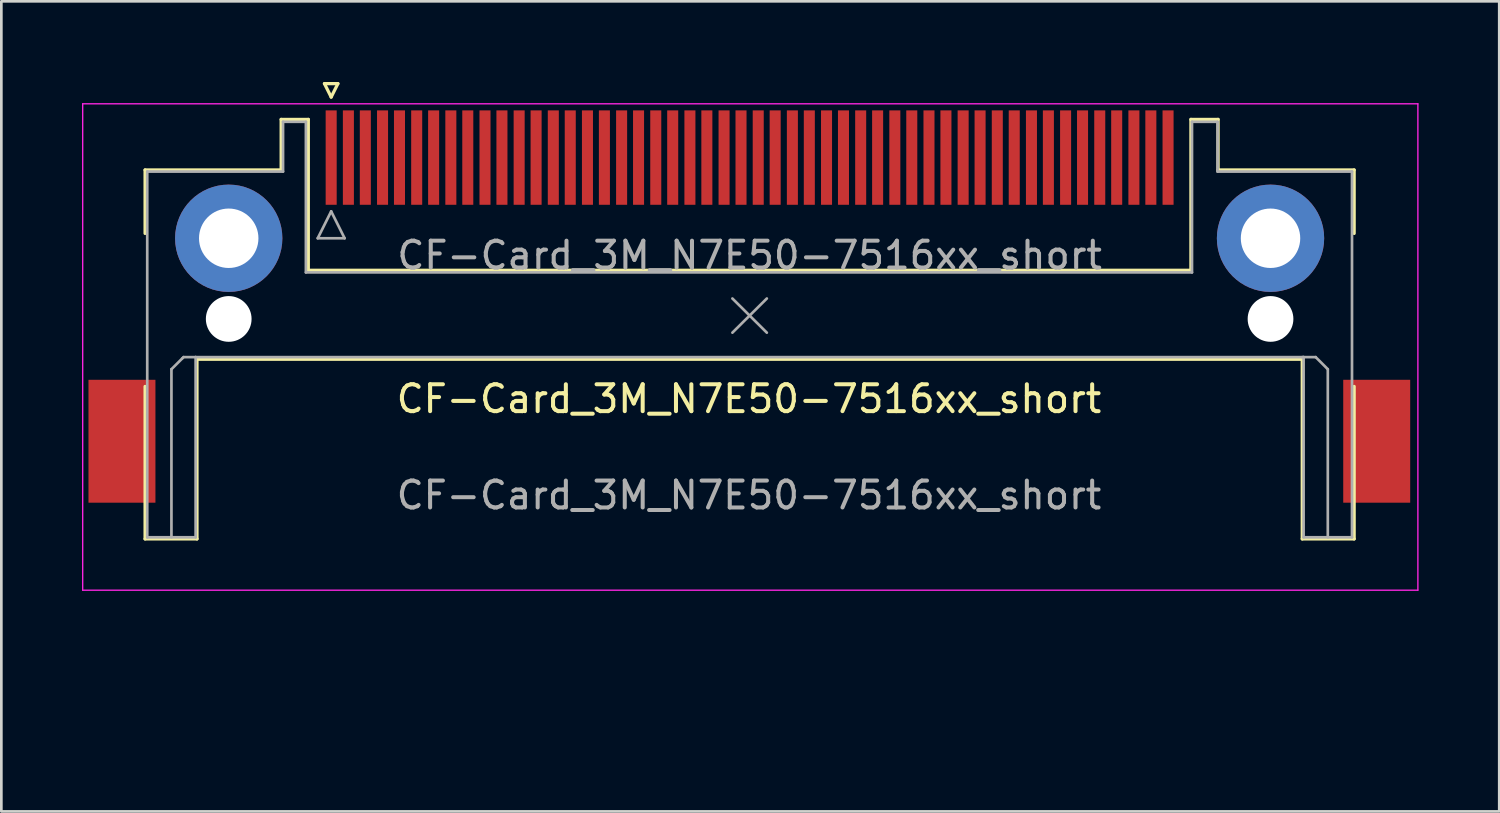
<source format=kicad_pcb>
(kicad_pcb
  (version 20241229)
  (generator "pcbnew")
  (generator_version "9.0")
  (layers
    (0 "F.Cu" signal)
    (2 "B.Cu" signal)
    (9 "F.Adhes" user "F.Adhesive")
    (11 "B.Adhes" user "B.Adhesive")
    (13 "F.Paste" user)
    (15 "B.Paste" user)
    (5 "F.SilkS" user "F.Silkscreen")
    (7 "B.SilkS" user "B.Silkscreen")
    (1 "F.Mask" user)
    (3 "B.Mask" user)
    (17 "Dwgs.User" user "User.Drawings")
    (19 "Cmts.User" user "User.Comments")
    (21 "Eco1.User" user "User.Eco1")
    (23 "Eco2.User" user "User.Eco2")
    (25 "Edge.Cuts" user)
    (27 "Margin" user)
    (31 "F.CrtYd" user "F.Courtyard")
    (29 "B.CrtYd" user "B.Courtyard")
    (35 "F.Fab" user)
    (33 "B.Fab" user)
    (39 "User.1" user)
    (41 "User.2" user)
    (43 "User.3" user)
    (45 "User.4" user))
  (footprint "CF-Card_3M_N7E50-7516xx_short"
    (layer "F.Cu")
    (at 24.776 23.874)
    (property "Reference" "CF-Card_3M_N7E50-7516xx_short" (at 0.025 -12.09 0) (unlocked yes) (layer "F.SilkS") (effects (font (size 1 1) (thickness 0.15))))
    (attr smd)
    (fp_line (start -22.431 -20.604) (end -17.371 -20.604) (stroke (width 0.12) (type solid)) (layer "F.SilkS"))
    (fp_line (start -22.431 -18.244) (end -22.431 -20.604) (stroke (width 0.12) (type solid)) (layer "F.SilkS"))
    (fp_line (start -22.431 -12.554) (end -22.431 -6.884) (stroke (width 0.12) (type solid)) (layer "F.SilkS"))
    (fp_line (start -22.431 -6.884) (end -20.501 -6.884) (stroke (width 0.12) (type solid)) (layer "F.SilkS"))
    (fp_line (start -20.501 -13.564) (end 20.599 -13.564) (stroke (width 0.12) (type solid)) (layer "F.SilkS"))
    (fp_line (start -20.501 -6.884) (end -20.501 -13.564) (stroke (width 0.12) (type solid)) (layer "F.SilkS"))
    (fp_line (start -17.371 -22.484) (end -16.361 -22.484) (stroke (width 0.12) (type solid)) (layer "F.SilkS"))
    (fp_line (start -17.371 -20.604) (end -17.371 -22.484) (stroke (width 0.12) (type solid)) (layer "F.SilkS"))
    (fp_line (start -16.361 -22.484) (end -16.361 -16.874) (stroke (width 0.12) (type solid)) (layer "F.SilkS"))
    (fp_line (start -16.361 -16.874) (end 16.459 -16.874) (stroke (width 0.12) (type solid)) (layer "F.SilkS"))
    (fp_line (start -15.761 -23.814) (end -15.261 -23.814) (stroke (width 0.12) (type solid)) (layer "F.SilkS"))
    (fp_line (start -15.511 -23.314) (end -15.761 -23.814) (stroke (width 0.12) (type solid)) (layer "F.SilkS"))
    (fp_line (start -15.261 -23.814) (end -15.511 -23.314) (stroke (width 0.12) (type solid)) (layer "F.SilkS"))
    (fp_line (start 16.459 -22.484) (end 17.469 -22.484) (stroke (width 0.12) (type solid)) (layer "F.SilkS"))
    (fp_line (start 16.459 -16.874) (end 16.459 -22.484) (stroke (width 0.12) (type solid)) (layer "F.SilkS"))
    (fp_line (start 17.469 -22.484) (end 17.469 -20.604) (stroke (width 0.12) (type solid)) (layer "F.SilkS"))
    (fp_line (start 17.469 -20.604) (end 22.529 -20.604) (stroke (width 0.12) (type solid)) (layer "F.SilkS"))
    (fp_line (start 20.599 -13.564) (end 20.599 -6.884) (stroke (width 0.12) (type solid)) (layer "F.SilkS"))
    (fp_line (start 20.599 -6.884) (end 22.529 -6.884) (stroke (width 0.12) (type solid)) (layer "F.SilkS"))
    (fp_line (start 22.529 -20.604) (end 22.529 -18.244) (stroke (width 0.12) (type solid)) (layer "F.SilkS"))
    (fp_line (start 22.529 -6.884) (end 22.529 -12.554) (stroke (width 0.12) (type solid)) (layer "F.SilkS"))
    (fp_line (start -24.751 -23.064) (end -24.751 -4.978) (stroke (width 0.05) (type solid)) (layer "F.CrtYd"))
    (fp_line (start -24.751 -23.064) (end 24.899 -23.064) (stroke (width 0.05) (type solid)) (layer "F.CrtYd"))
    (fp_line (start -24.751 -4.978) (end 24.899 -4.978) (stroke (width 0.05) (type solid)) (layer "F.CrtYd"))
    (fp_line (start 24.899 -23.064) (end 24.899 -4.978) (stroke (width 0.05) (type solid)) (layer "F.CrtYd"))
    (fp_line (start -22.351 -20.544) (end -22.351 -6.944) (stroke (width 0.1) (type solid)) (layer "F.Fab"))
    (fp_line (start -22.351 -6.944) (end -20.551 -6.944) (stroke (width 0.1) (type solid)) (layer "F.Fab"))
    (fp_line (start -21.451 -13.194) (end -21.051 -13.594) (stroke (width 0.1) (type solid)) (layer "F.Fab"))
    (fp_line (start -21.451 -6.944) (end -21.451 -13.194) (stroke (width 0.1) (type solid)) (layer "F.Fab"))
    (fp_line (start -21.051 -13.594) (end -21.001 -13.644) (stroke (width 0.1) (type solid)) (layer "F.Fab"))
    (fp_line (start -21.001 -13.644) (end -20.551 -13.644) (stroke (width 0.1) (type solid)) (layer "F.Fab"))
    (fp_line (start -20.551 -13.644) (end 20.649 -13.644) (stroke (width 0.1) (type solid)) (layer "F.Fab"))
    (fp_line (start -20.551 -6.944) (end -20.551 -13.644) (stroke (width 0.1) (type solid)) (layer "F.Fab"))
    (fp_line (start -17.301 -22.394) (end -17.301 -20.544) (stroke (width 0.1) (type solid)) (layer "F.Fab"))
    (fp_line (start -17.301 -20.544) (end -22.351 -20.544) (stroke (width 0.1) (type solid)) (layer "F.Fab"))
    (fp_line (start -16.451 -22.394) (end -17.301 -22.394) (stroke (width 0.1) (type solid)) (layer "F.Fab"))
    (fp_line (start -16.451 -16.794) (end -16.451 -22.394) (stroke (width 0.1) (type solid)) (layer "F.Fab"))
    (fp_line (start -16.011 -18.064) (end -15.511 -19.064) (stroke (width 0.1) (type solid)) (layer "F.Fab"))
    (fp_line (start -15.511 -19.064) (end -15.011 -18.064) (stroke (width 0.1) (type solid)) (layer "F.Fab"))
    (fp_line (start -15.011 -18.064) (end -16.011 -18.064) (stroke (width 0.1) (type solid)) (layer "F.Fab"))
    (fp_line (start -0.591 -15.824) (end 0.689 -14.554) (stroke (width 0.1) (type solid)) (layer "F.Fab"))
    (fp_line (start 0.689 -15.824) (end -0.591 -14.554) (stroke (width 0.1) (type solid)) (layer "F.Fab"))
    (fp_line (start 16.499 -22.394) (end 16.499 -16.794) (stroke (width 0.1) (type solid)) (layer "F.Fab"))
    (fp_line (start 16.499 -16.794) (end -16.451 -16.794) (stroke (width 0.1) (type solid)) (layer "F.Fab"))
    (fp_line (start 17.449 -22.394) (end 16.499 -22.394) (stroke (width 0.1) (type solid)) (layer "F.Fab"))
    (fp_line (start 17.449 -20.544) (end 17.449 -22.394) (stroke (width 0.1) (type solid)) (layer "F.Fab"))
    (fp_line (start 20.649 -13.644) (end 20.649 -6.944) (stroke (width 0.1) (type solid)) (layer "F.Fab"))
    (fp_line (start 20.649 -6.944) (end 22.449 -6.944) (stroke (width 0.1) (type solid)) (layer "F.Fab"))
    (fp_line (start 21.099 -13.644) (end 20.599 -13.644) (stroke (width 0.1) (type solid)) (layer "F.Fab"))
    (fp_line (start 21.549 -13.194) (end 21.099 -13.644) (stroke (width 0.1) (type solid)) (layer "F.Fab"))
    (fp_line (start 21.549 -6.944) (end 21.549 -13.194) (stroke (width 0.1) (type solid)) (layer "F.Fab"))
    (fp_line (start 22.449 -20.544) (end 17.449 -20.544) (stroke (width 0.1) (type solid)) (layer "F.Fab"))
    (fp_line (start 22.449 -6.944) (end 22.449 -20.544) (stroke (width 0.1) (type solid)) (layer "F.Fab"))
    (fp_text user "${REFERENCE}" (at 0.025 -8.509 0) (unlocked yes) (layer "F.Fab") (effects (font (size 1 1) (thickness 0.15))))
    (fp_text user "${REFERENCE}" (at 0.049 -17.429 0) (layer "F.Fab") (effects (font (size 1 1) (thickness 0.15))))
    (pad "" smd rect (at -23.291 -10.516) (size 2.49 4.57) (layers "F.Cu" "F.Mask" "F.Paste"))
    (pad "" thru_hole circle (at -19.321 -18.064) (size 3.99 3.99) (drill 2.21) (layers "*.Cu" "*.Mask"))
    (pad "" np_thru_hole circle (at -19.321 -15.064) (size 1.7 1.7) (drill 1.7) (layers "*.Cu" "*.Mask"))
    (pad "" thru_hole circle (at 19.419 -18.064) (size 3.99 3.99) (drill 2.21) (layers "*.Cu" "*.Mask"))
    (pad "" np_thru_hole circle (at 19.419 -15.064) (size 1.7 1.7) (drill 1.7) (layers "*.Cu" "*.Mask"))
    (pad "" smd rect (at 23.368 -10.516) (size 2.49 4.57) (layers "F.Cu" "F.Mask" "F.Paste"))
    (pad "1" smd rect (at -15.511 -21.064 180) (size 0.41 3.51) (layers "F.Cu" "F.Mask" "F.Paste"))
    (pad "2" smd rect (at -14.241 -21.064 180) (size 0.41 3.51) (layers "F.Cu" "F.Mask" "F.Paste"))
    (pad "3" smd rect (at -12.971 -21.064 180) (size 0.41 3.51) (layers "F.Cu" "F.Mask" "F.Paste"))
    (pad "4" smd rect (at -11.701 -21.064 180) (size 0.41 3.51) (layers "F.Cu" "F.Mask" "F.Paste"))
    (pad "5" smd rect (at -10.431 -21.064 180) (size 0.41 3.51) (layers "F.Cu" "F.Mask" "F.Paste"))
    (pad "6" smd rect (at -9.161 -21.064 180) (size 0.41 3.51) (layers "F.Cu" "F.Mask" "F.Paste"))
    (pad "7" smd rect (at -7.891 -21.064 180) (size 0.41 3.51) (layers "F.Cu" "F.Mask" "F.Paste"))
    (pad "8" smd rect (at -6.621 -21.064 180) (size 0.41 3.51) (layers "F.Cu" "F.Mask" "F.Paste"))
    (pad "9" smd rect (at -5.351 -21.064 180) (size 0.41 3.51) (layers "F.Cu" "F.Mask" "F.Paste"))
    (pad "10" smd rect (at -4.081 -21.064 180) (size 0.41 3.51) (layers "F.Cu" "F.Mask" "F.Paste"))
    (pad "11" smd rect (at -2.811 -21.064 180) (size 0.41 3.51) (layers "F.Cu" "F.Mask" "F.Paste"))
    (pad "12" smd rect (at -1.541 -21.064 180) (size 0.41 3.51) (layers "F.Cu" "F.Mask" "F.Paste"))
    (pad "13" smd rect (at -0.271 -21.064 180) (size 0.41 3.51) (layers "F.Cu" "F.Mask" "F.Paste"))
    (pad "14" smd rect (at 0.999 -21.064 180) (size 0.41 3.51) (layers "F.Cu" "F.Mask" "F.Paste"))
    (pad "15" smd rect (at 2.269 -21.064 180) (size 0.41 3.51) (layers "F.Cu" "F.Mask" "F.Paste"))
    (pad "16" smd rect (at 3.539 -21.064 180) (size 0.41 3.51) (layers "F.Cu" "F.Mask" "F.Paste"))
    (pad "17" smd rect (at 4.809 -21.064 180) (size 0.41 3.51) (layers "F.Cu" "F.Mask" "F.Paste"))
    (pad "18" smd rect (at 6.079 -21.064 180) (size 0.41 3.51) (layers "F.Cu" "F.Mask" "F.Paste"))
    (pad "19" smd rect (at 7.349 -21.064 180) (size 0.41 3.51) (layers "F.Cu" "F.Mask" "F.Paste"))
    (pad "20" smd rect (at 8.619 -21.064 180) (size 0.41 3.51) (layers "F.Cu" "F.Mask" "F.Paste"))
    (pad "21" smd rect (at 9.889 -21.064 180) (size 0.41 3.51) (layers "F.Cu" "F.Mask" "F.Paste"))
    (pad "22" smd rect (at 11.159 -21.064 180) (size 0.41 3.51) (layers "F.Cu" "F.Mask" "F.Paste"))
    (pad "23" smd rect (at 12.429 -21.064 180) (size 0.41 3.51) (layers "F.Cu" "F.Mask" "F.Paste"))
    (pad "24" smd rect (at 13.699 -21.064 180) (size 0.41 3.51) (layers "F.Cu" "F.Mask" "F.Paste"))
    (pad "25" smd rect (at 14.969 -21.064 180) (size 0.41 3.51) (layers "F.Cu" "F.Mask" "F.Paste"))
    (pad "26" smd rect (at -14.871 -21.064 180) (size 0.41 3.51) (layers "F.Cu" "F.Mask" "F.Paste"))
    (pad "27" smd rect (at -13.601 -21.064 180) (size 0.41 3.51) (layers "F.Cu" "F.Mask" "F.Paste"))
    (pad "28" smd rect (at -12.331 -21.064 180) (size 0.41 3.51) (layers "F.Cu" "F.Mask" "F.Paste"))
    (pad "29" smd rect (at -11.061 -21.064 180) (size 0.41 3.51) (layers "F.Cu" "F.Mask" "F.Paste"))
    (pad "30" smd rect (at -9.791 -21.064 180) (size 0.41 3.51) (layers "F.Cu" "F.Mask" "F.Paste"))
    (pad "31" smd rect (at -8.521 -21.064 180) (size 0.41 3.51) (layers "F.Cu" "F.Mask" "F.Paste"))
    (pad "32" smd rect (at -7.251 -21.064 180) (size 0.41 3.51) (layers "F.Cu" "F.Mask" "F.Paste"))
    (pad "33" smd rect (at -5.981 -21.064 180) (size 0.41 3.51) (layers "F.Cu" "F.Mask" "F.Paste"))
    (pad "34" smd rect (at -4.711 -21.064 180) (size 0.41 3.51) (layers "F.Cu" "F.Mask" "F.Paste"))
    (pad "35" smd rect (at -3.441 -21.064 180) (size 0.41 3.51) (layers "F.Cu" "F.Mask" "F.Paste"))
    (pad "36" smd rect (at -2.171 -21.064 180) (size 0.41 3.51) (layers "F.Cu" "F.Mask" "F.Paste"))
    (pad "37" smd rect (at -0.901 -21.064 180) (size 0.41 3.51) (layers "F.Cu" "F.Mask" "F.Paste"))
    (pad "38" smd rect (at 0.369 -21.064 180) (size 0.41 3.51) (layers "F.Cu" "F.Mask" "F.Paste"))
    (pad "39" smd rect (at 1.639 -21.064 180) (size 0.41 3.51) (layers "F.Cu" "F.Mask" "F.Paste"))
    (pad "40" smd rect (at 2.909 -21.064 180) (size 0.41 3.51) (layers "F.Cu" "F.Mask" "F.Paste"))
    (pad "41" smd rect (at 4.179 -21.064 180) (size 0.41 3.51) (layers "F.Cu" "F.Mask" "F.Paste"))
    (pad "42" smd rect (at 5.449 -21.064 180) (size 0.41 3.51) (layers "F.Cu" "F.Mask" "F.Paste"))
    (pad "43" smd rect (at 6.719 -21.064 180) (size 0.41 3.51) (layers "F.Cu" "F.Mask" "F.Paste"))
    (pad "44" smd rect (at 7.989 -21.064 180) (size 0.41 3.51) (layers "F.Cu" "F.Mask" "F.Paste"))
    (pad "45" smd rect (at 9.259 -21.064 180) (size 0.41 3.51) (layers "F.Cu" "F.Mask" "F.Paste"))
    (pad "46" smd rect (at 10.529 -21.064 180) (size 0.41 3.51) (layers "F.Cu" "F.Mask" "F.Paste"))
    (pad "47" smd rect (at 11.799 -21.064 180) (size 0.41 3.51) (layers "F.Cu" "F.Mask" "F.Paste"))
    (pad "48" smd rect (at 13.069 -21.064 180) (size 0.41 3.51) (layers "F.Cu" "F.Mask" "F.Paste"))
    (pad "49" smd rect (at 14.339 -21.064 180) (size 0.41 3.51) (layers "F.Cu" "F.Mask" "F.Paste"))
    (pad "50" smd rect (at 15.609 -21.064 180) (size 0.41 3.51) (layers "F.Cu" "F.Mask" "F.Paste")))
  (gr_rect
    (start -3 -3)
    (end 52.7 27.124)
    (stroke (width 0.1) (type default))
    (fill no)
    (layer "Edge.Cuts")))
</source>
